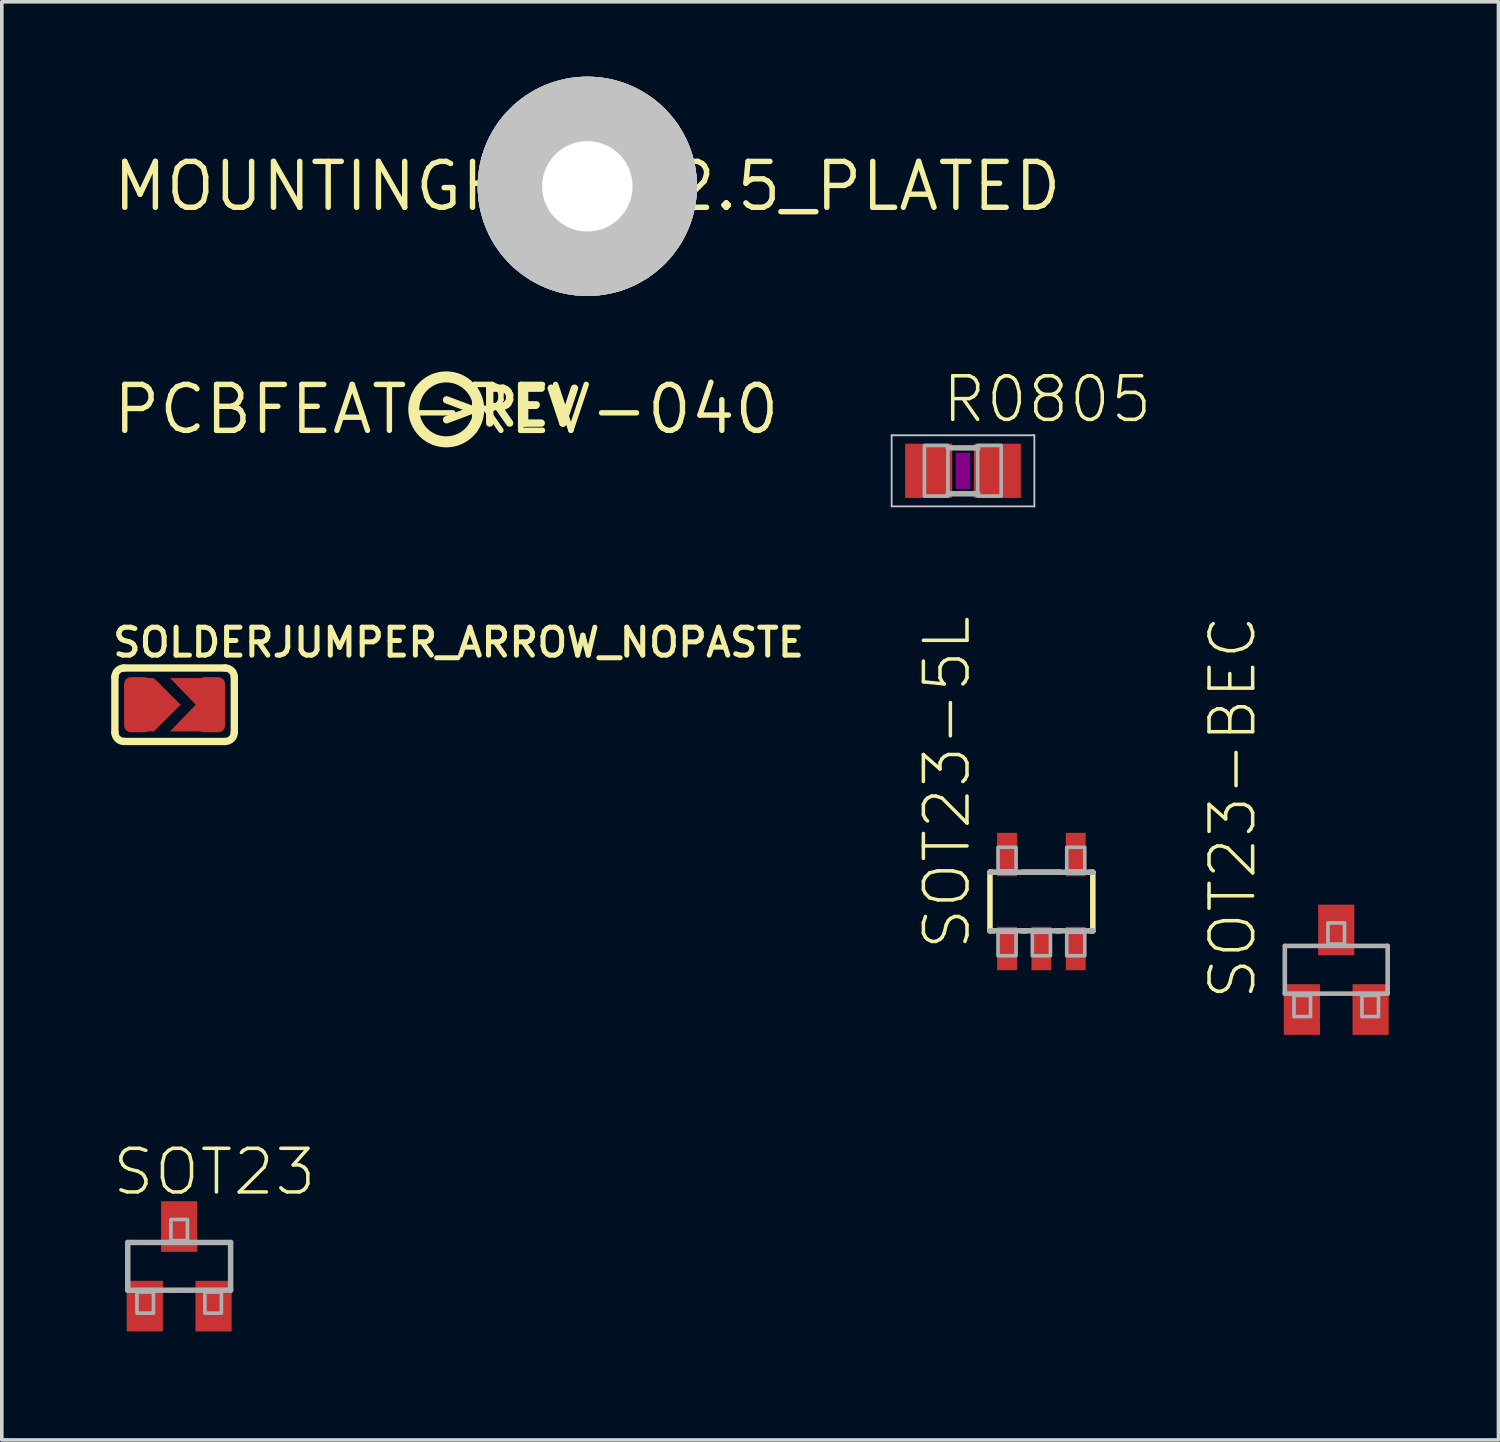
<source format=kicad_pcb>
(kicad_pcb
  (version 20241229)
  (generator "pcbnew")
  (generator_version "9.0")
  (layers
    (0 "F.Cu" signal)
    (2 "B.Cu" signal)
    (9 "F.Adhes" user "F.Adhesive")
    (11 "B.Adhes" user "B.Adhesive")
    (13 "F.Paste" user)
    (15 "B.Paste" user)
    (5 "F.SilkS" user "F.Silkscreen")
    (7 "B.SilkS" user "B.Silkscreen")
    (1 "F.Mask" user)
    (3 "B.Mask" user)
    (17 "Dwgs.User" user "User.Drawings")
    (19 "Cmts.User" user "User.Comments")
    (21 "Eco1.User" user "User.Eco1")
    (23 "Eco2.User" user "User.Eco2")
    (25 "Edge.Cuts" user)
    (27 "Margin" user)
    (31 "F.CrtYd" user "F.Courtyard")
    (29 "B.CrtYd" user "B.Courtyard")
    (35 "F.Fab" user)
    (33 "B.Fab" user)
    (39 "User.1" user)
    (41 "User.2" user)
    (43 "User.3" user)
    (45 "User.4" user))
  (footprint "R0805"
    (layer "F.Cu")
    (at 23.579 9.969)
    (property "Reference" "R0805" (at -0.635 -1.27 180) (layer "F.SilkS") (effects (font (size 1.206 1.206) (thickness 0.097)) (justify left bottom)))
    (attr through_hole)
    (fp_poly (pts (xy -0.2 0.5) (xy 0.2 0.5) (xy 0.2 -0.5) (xy -0.2 -0.5)) (stroke (width 0) (type solid)) (fill yes) (layer "F.Adhes"))
    (fp_line (start -1.973 -0.983) (end 1.973 -0.983) (stroke (width 0.051) (type solid)) (layer "Dwgs.User"))
    (fp_line (start -1.973 0.983) (end -1.973 -0.983) (stroke (width 0.051) (type solid)) (layer "Dwgs.User"))
    (fp_line (start 1.973 -0.983) (end 1.973 0.983) (stroke (width 0.051) (type solid)) (layer "Dwgs.User"))
    (fp_line (start 1.973 0.983) (end -1.973 0.983) (stroke (width 0.051) (type solid)) (layer "Dwgs.User"))
    (fp_line (start -0.41 -0.635) (end 0.41 -0.635) (stroke (width 0.152) (type solid)) (layer "F.Fab"))
    (fp_line (start -0.41 0.635) (end 0.41 0.635) (stroke (width 0.152) (type solid)) (layer "F.Fab"))
    (fp_poly (pts (xy -1.067 0.699) (xy -0.417 0.699) (xy -0.417 -0.702) (xy -1.067 -0.702)) (stroke (width 0.1) (type solid)) (fill no) (layer "F.Fab"))
    (fp_poly (pts (xy 0.406 0.699) (xy 1.056 0.699) (xy 1.056 -0.702) (xy 0.406 -0.702)) (stroke (width 0.1) (type solid)) (fill no) (layer "F.Fab"))
    (pad "1" smd rect (at -0.95 0) (size 1.3 1.5) (layers "F.Cu" "F.Mask" "F.Paste"))
    (pad "2" smd rect (at 0.95 0) (size 1.3 1.5) (layers "F.Cu" "F.Mask" "F.Paste")))
  (footprint "PCBFEAT-REV-040"
    (layer "F.Cu")
    (at 9.29 8.27)
    (property "Reference" "PCBFEAT-REV-040" (at 0 0 0) (layer "F.SilkS") (effects (font (size 1.27 1.27) (thickness 0.15))))
    (attr through_hole)
    (fp_circle (center 0 0) (end 0.898 0) (stroke (width 0.305) (type solid)) (fill no) (layer "F.SilkS"))
    (fp_text user ">REV" (at -0.356 0.508 0) (layer "F.SilkS") (effects (font (size 0.965 0.965) (thickness 0.203)) (justify left bottom))))
  (footprint "MOUNTINGHOLE_2.5_PLATED"
    (layer "F.Cu")
    (at 13.191 2.102)
    (property "Reference" "MOUNTINGHOLE_2.5_PLATED" (at 0 0 0) (layer "F.SilkS") (effects (font (size 1.27 1.27) (thickness 0.15))))
    (attr through_hole)
    (fp_circle (center 0 0) (end 2 0) (stroke (width 0.203) (type solid)) (fill no) (layer "F.SilkS"))
    (fp_circle (center 0 0) (end 1 0) (stroke (width 2.032) (type solid)) (fill no) (layer "Dwgs.User"))
    (fp_circle (center 0 0) (end 1 0) (stroke (width 2.032) (type solid)) (fill no) (layer "Dwgs.User"))
    (fp_circle (center 0 0) (end 1 0) (stroke (width 2.032) (type solid)) (fill no) (layer "Dwgs.User"))
    (fp_circle (center 0 0) (end 1 0) (stroke (width 2.032) (type solid)) (fill no) (layer "Dwgs.User"))
    (pad "P$1" thru_hole circle (at 0 0) (size 3.2 3.2) (drill 2.5) (layers "*.Cu" "*.Mask")))
  (footprint "SOT23"
    (layer "F.Cu")
    (at 1.905 31.967)
    (property "Reference" "SOT23" (at -1.905 -1.905 180) (layer "F.SilkS") (effects (font (size 1.206 1.206) (thickness 0.097)) (justify left bottom)))
    (attr through_hole)
    (fp_line (start -1.422 -0.66) (end 1.422 -0.66) (stroke (width 0.152) (type solid)) (layer "F.Fab"))
    (fp_line (start -1.422 0.66) (end -1.422 -0.66) (stroke (width 0.152) (type solid)) (layer "F.Fab"))
    (fp_line (start 1.422 -0.66) (end 1.422 0.66) (stroke (width 0.152) (type solid)) (layer "F.Fab"))
    (fp_line (start 1.422 0.66) (end -1.422 0.66) (stroke (width 0.152) (type solid)) (layer "F.Fab"))
    (fp_poly (pts (xy -1.168 1.295) (xy -0.711 1.295) (xy -0.711 0.711) (xy -1.168 0.711)) (stroke (width 0.1) (type solid)) (fill no) (layer "F.Fab"))
    (fp_poly (pts (xy -0.229 -0.711) (xy 0.229 -0.711) (xy 0.229 -1.295) (xy -0.229 -1.295)) (stroke (width 0.1) (type solid)) (fill no) (layer "F.Fab"))
    (fp_poly (pts (xy 0.711 1.295) (xy 1.168 1.295) (xy 1.168 0.711) (xy 0.711 0.711)) (stroke (width 0.1) (type solid)) (fill no) (layer "F.Fab"))
    (pad "1" smd rect (at -0.95 1.1) (size 1 1.4) (layers "F.Cu" "F.Mask" "F.Paste"))
    (pad "2" smd rect (at 0.95 1.1) (size 1 1.4) (layers "F.Cu" "F.Mask" "F.Paste"))
    (pad "3" smd rect (at 0 -1.1) (size 1 1.4) (layers "F.Cu" "F.Mask" "F.Paste")))
  (footprint "SOLDERJUMPER_ARROW_NOPASTE"
    (layer "F.Cu")
    (at 1.778 16.437)
    (property "Reference" "SOLDERJUMPER_ARROW_NOPASTE" (at -1.778 -1.27 180) (layer "F.SilkS") (effects (font (size 0.772 0.772) (thickness 0.139)) (justify left bottom)))
    (attr through_hole)
    (fp_poly (pts (xy -1.143 -0.737) (xy -0.572 -0.737) (xy 0.165 0) (xy -0.572 0.737) (xy -1.143 0.737)) (stroke (width 0) (type solid)) (fill yes) (layer "F.Cu"))
    (fp_poly (pts (xy -0.127 -0.737) (xy 0.584 0) (xy -0.127 0.737) (xy 1.143 0.737) (xy 1.143 -0.737)) (stroke (width 0) (type solid)) (fill yes) (layer "F.Cu"))
    (fp_poly (pts (xy -1.46 0.826) (xy 1.46 0.826) (xy 1.46 -0.826) (xy -1.46 -0.826)) (stroke (width 0) (type solid)) (fill yes) (layer "F.Mask"))
    (fp_line (start -1.651 0.762) (end -1.651 -0.762) (stroke (width 0.203) (type solid)) (layer "F.SilkS"))
    (fp_line (start -1.397 -1.016) (end 1.397 -1.016) (stroke (width 0.203) (type solid)) (layer "F.SilkS"))
    (fp_line (start 1.397 1.016) (end -1.397 1.016) (stroke (width 0.203) (type solid)) (layer "F.SilkS"))
    (fp_line (start 1.651 0.762) (end 1.651 -0.762) (stroke (width 0.203) (type solid)) (layer "F.SilkS"))
    (fp_arc (start -1.651 -0.762) (mid -1.576605 -0.941605) (end -1.397 -1.016) (stroke (width 0.2032) (type solid)) (layer "F.SilkS"))
    (fp_arc (start -1.397 1.016) (mid -1.576605 0.941605) (end -1.651 0.762) (stroke (width 0.2032) (type solid)) (layer "F.SilkS"))
    (fp_arc (start 1.397 -1.016) (mid 1.576605 -0.941605) (end 1.651 -0.762) (stroke (width 0.2032) (type solid)) (layer "F.SilkS"))
    (fp_arc (start 1.651 0.762) (mid 1.576605 0.941605) (end 1.397 1.016) (stroke (width 0.2032) (type solid)) (layer "F.SilkS"))
    (pad "1" smd roundrect (at -1.016 0) (size 0.762 1.524) (layers "F.Cu" "F.Mask") (roundrect_rratio 0.25))
    (pad "2" smd roundrect (at 1.016 0) (size 0.762 1.524) (layers "F.Cu" "F.Mask") (roundrect_rratio 0.25)))
  (footprint "SOT23-BEC"
    (layer "F.Cu")
    (at 33.9 23.766)
    (property "Reference" "SOT23-BEC" (at -2.159 0.889 90) (layer "F.SilkS") (effects (font (size 1.206 1.206) (thickness 0.097)) (justify left bottom)))
    (attr through_hole)
    (fp_line (start -1.422 -0.66) (end 1.422 -0.66) (stroke (width 0.127) (type solid)) (layer "F.Fab"))
    (fp_line (start -1.422 0.66) (end -1.422 -0.66) (stroke (width 0.127) (type solid)) (layer "F.Fab"))
    (fp_line (start 1.422 -0.66) (end 1.422 0.66) (stroke (width 0.127) (type solid)) (layer "F.Fab"))
    (fp_line (start 1.422 0.66) (end -1.422 0.66) (stroke (width 0.127) (type solid)) (layer "F.Fab"))
    (fp_poly (pts (xy -1.168 1.295) (xy -0.711 1.295) (xy -0.711 0.711) (xy -1.168 0.711)) (stroke (width 0.1) (type solid)) (fill no) (layer "F.Fab"))
    (fp_poly (pts (xy -0.229 -0.711) (xy 0.229 -0.711) (xy 0.229 -1.295) (xy -0.229 -1.295)) (stroke (width 0.1) (type solid)) (fill no) (layer "F.Fab"))
    (fp_poly (pts (xy 0.711 1.295) (xy 1.168 1.295) (xy 1.168 0.711) (xy 0.711 0.711)) (stroke (width 0.1) (type solid)) (fill no) (layer "F.Fab"))
    (pad "B" smd rect (at -0.95 1.1) (size 1 1.4) (layers "F.Cu" "F.Mask" "F.Paste"))
    (pad "C" smd rect (at 0 -1.1) (size 1 1.4) (layers "F.Cu" "F.Mask" "F.Paste"))
    (pad "E" smd rect (at 0.95 1.1) (size 1 1.4) (layers "F.Cu" "F.Mask" "F.Paste")))
  (footprint "SOT23-5L"
    (layer "F.Cu")
    (at 25.747 21.879)
    (property "Reference" "SOT23-5L" (at -1.905 1.397 270) (layer "F.SilkS") (effects (font (size 1.206 1.206) (thickness 0.097)) (justify left bottom)))
    (attr through_hole)
    (fp_line (start -1.422 -0.81) (end -1.328 -0.81) (stroke (width 0.152) (type solid)) (layer "F.SilkS"))
    (fp_line (start -1.422 0.81) (end -1.422 -0.81) (stroke (width 0.152) (type solid)) (layer "F.SilkS"))
    (fp_line (start -1.328 0.81) (end -1.422 0.81) (stroke (width 0.152) (type solid)) (layer "F.SilkS"))
    (fp_line (start -0.522 -0.81) (end 0.522 -0.81) (stroke (width 0.152) (type solid)) (layer "F.SilkS"))
    (fp_line (start -0.428 0.81) (end -0.522 0.81) (stroke (width 0.152) (type solid)) (layer "F.SilkS"))
    (fp_line (start 0.522 0.81) (end 0.428 0.81) (stroke (width 0.152) (type solid)) (layer "F.SilkS"))
    (fp_line (start 1.328 -0.81) (end 1.422 -0.81) (stroke (width 0.152) (type solid)) (layer "F.SilkS"))
    (fp_line (start 1.422 -0.81) (end 1.422 0.81) (stroke (width 0.152) (type solid)) (layer "F.SilkS"))
    (fp_line (start 1.422 0.81) (end 1.328 0.81) (stroke (width 0.152) (type solid)) (layer "F.SilkS"))
    (fp_line (start -1.422 -0.81) (end 1.422 -0.81) (stroke (width 0.152) (type solid)) (layer "F.Fab"))
    (fp_line (start 1.422 0.81) (end -1.422 0.81) (stroke (width 0.152) (type solid)) (layer "F.Fab"))
    (fp_poly (pts (xy -1.2 -0.85) (xy -0.7 -0.85) (xy -0.7 -1.5) (xy -1.2 -1.5)) (stroke (width 0.1) (type solid)) (fill no) (layer "F.Fab"))
    (fp_poly (pts (xy -1.2 1.5) (xy -0.7 1.5) (xy -0.7 0.85) (xy -1.2 0.85)) (stroke (width 0.1) (type solid)) (fill no) (layer "F.Fab"))
    (fp_poly (pts (xy -0.25 1.5) (xy 0.25 1.5) (xy 0.25 0.85) (xy -0.25 0.85)) (stroke (width 0.1) (type solid)) (fill no) (layer "F.Fab"))
    (fp_poly (pts (xy 0.7 -0.85) (xy 1.2 -0.85) (xy 1.2 -1.5) (xy 0.7 -1.5)) (stroke (width 0.1) (type solid)) (fill no) (layer "F.Fab"))
    (fp_poly (pts (xy 0.7 1.5) (xy 1.2 1.5) (xy 1.2 0.85) (xy 0.7 0.85)) (stroke (width 0.1) (type solid)) (fill no) (layer "F.Fab"))
    (pad "1" smd rect (at -0.95 1.3) (size 0.55 1.2) (layers "F.Cu" "F.Mask" "F.Paste"))
    (pad "2" smd rect (at 0 1.3) (size 0.55 1.2) (layers "F.Cu" "F.Mask" "F.Paste"))
    (pad "3" smd rect (at 0.95 1.3) (size 0.55 1.2) (layers "F.Cu" "F.Mask" "F.Paste"))
    (pad "4" smd rect (at 0.95 -1.3) (size 0.55 1.2) (layers "F.Cu" "F.Mask" "F.Paste"))
    (pad "5" smd rect (at -0.95 -1.3) (size 0.55 1.2) (layers "F.Cu" "F.Mask" "F.Paste")))
  (gr_rect
    (start -3 -3)
    (end 38.386 36.767)
    (stroke (width 0.1) (type default))
    (fill no)
    (layer "Edge.Cuts")))
</source>
